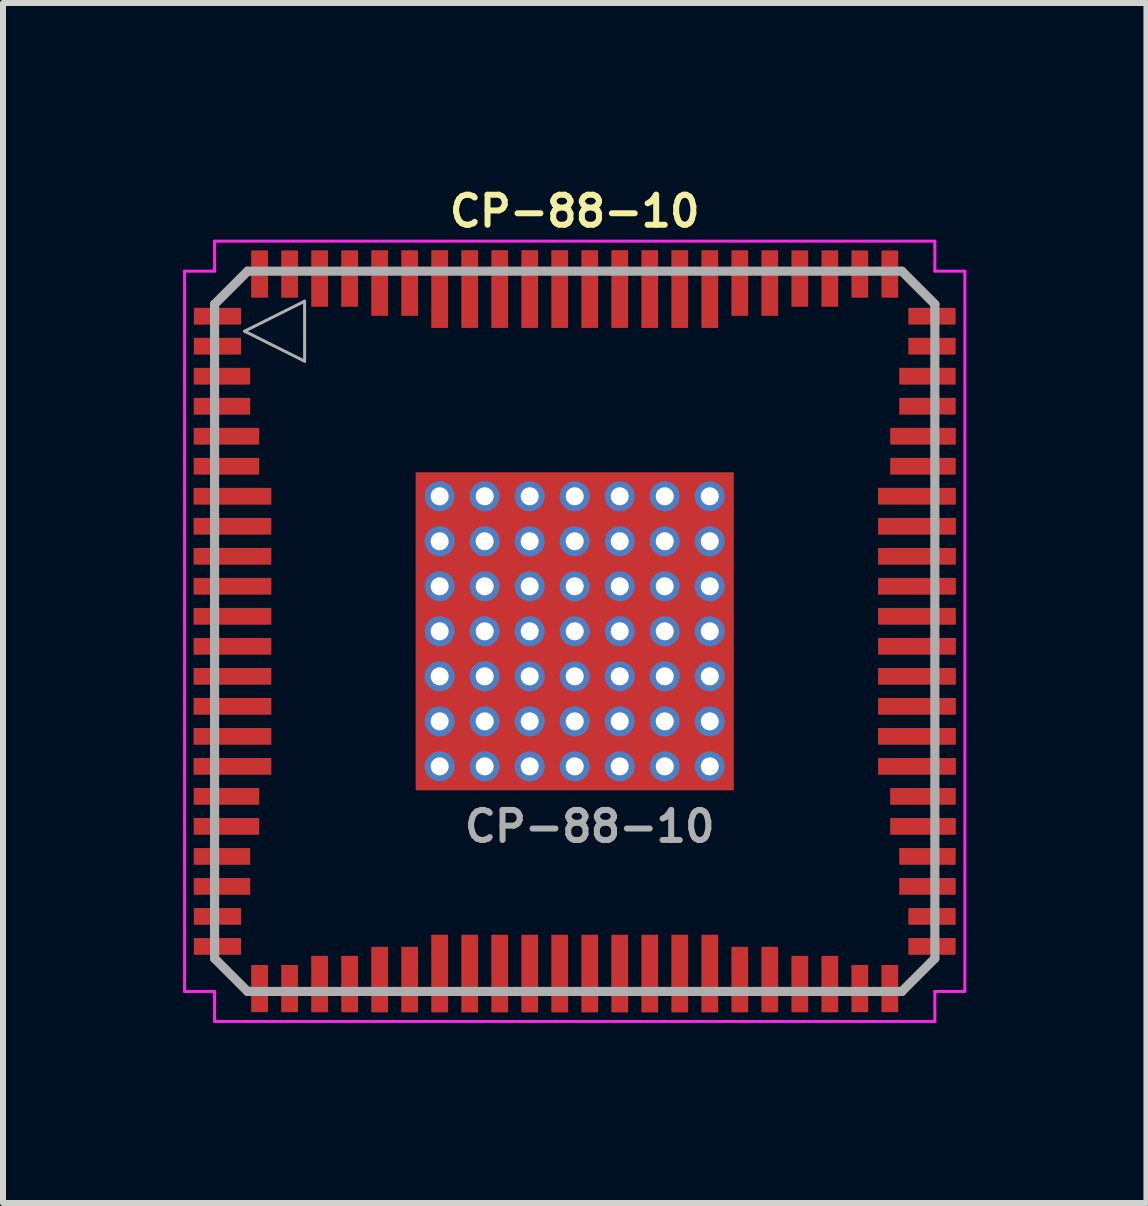
<source format=kicad_pcb>
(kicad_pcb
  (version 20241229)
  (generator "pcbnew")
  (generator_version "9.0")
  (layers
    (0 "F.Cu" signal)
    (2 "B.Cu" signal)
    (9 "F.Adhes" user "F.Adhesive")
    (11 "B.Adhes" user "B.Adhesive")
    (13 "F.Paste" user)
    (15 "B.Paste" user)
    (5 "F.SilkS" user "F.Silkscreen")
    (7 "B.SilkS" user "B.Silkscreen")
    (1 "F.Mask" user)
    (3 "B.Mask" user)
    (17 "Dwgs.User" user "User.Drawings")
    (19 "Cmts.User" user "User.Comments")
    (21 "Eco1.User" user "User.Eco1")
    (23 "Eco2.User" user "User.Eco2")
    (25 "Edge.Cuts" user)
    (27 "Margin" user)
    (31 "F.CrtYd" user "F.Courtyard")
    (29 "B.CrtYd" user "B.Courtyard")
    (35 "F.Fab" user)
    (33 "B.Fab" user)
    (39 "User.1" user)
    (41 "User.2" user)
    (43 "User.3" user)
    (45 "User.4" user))
  (footprint "CP-88-10"
    (layer "F.Cu")
    (at 6.525 7.468)
    (property "Reference" "CP-88-10" (at 0 -7 0) (layer "F.SilkS") (effects (font (size 0.5 0.5) (thickness 0.1))))
    (attr smd)
    (fp_line (start -6.5 -6) (end -6 -6) (stroke (width 0.05) (type solid)) (layer "F.CrtYd"))
    (fp_line (start -6.5 6) (end -6.5 -6) (stroke (width 0.05) (type solid)) (layer "F.CrtYd"))
    (fp_line (start -6 -6.5) (end 6 -6.5) (stroke (width 0.05) (type solid)) (layer "F.CrtYd"))
    (fp_line (start -6 -6) (end -6 -6.5) (stroke (width 0.05) (type solid)) (layer "F.CrtYd"))
    (fp_line (start -6 6) (end -6.5 6) (stroke (width 0.05) (type solid)) (layer "F.CrtYd"))
    (fp_line (start -6 6.5) (end -6 6) (stroke (width 0.05) (type solid)) (layer "F.CrtYd"))
    (fp_line (start 6 -6.5) (end 6 -6) (stroke (width 0.05) (type solid)) (layer "F.CrtYd"))
    (fp_line (start 6 -6) (end 6.5 -6) (stroke (width 0.05) (type solid)) (layer "F.CrtYd"))
    (fp_line (start 6 6) (end 6 6.5) (stroke (width 0.05) (type solid)) (layer "F.CrtYd"))
    (fp_line (start 6 6.5) (end -6 6.5) (stroke (width 0.05) (type solid)) (layer "F.CrtYd"))
    (fp_line (start 6.5 -6) (end 6.5 6) (stroke (width 0.05) (type solid)) (layer "F.CrtYd"))
    (fp_line (start 6.5 6) (end 6 6) (stroke (width 0.05) (type solid)) (layer "F.CrtYd"))
    (fp_line (start -6 -5.45) (end -6 5.45) (stroke (width 0.152) (type solid)) (layer "F.Fab"))
    (fp_line (start -6 -5.45) (end -5.45 -6) (stroke (width 0.152) (type solid)) (layer "F.Fab"))
    (fp_line (start -6 5.45) (end -5.45 6) (stroke (width 0.152) (type solid)) (layer "F.Fab"))
    (fp_line (start -5.5 -5) (end -4.5 -5.5) (stroke (width 0.05) (type solid)) (layer "F.Fab"))
    (fp_line (start -5.45 6) (end 5.45 6) (stroke (width 0.152) (type solid)) (layer "F.Fab"))
    (fp_line (start -4.5 -5.5) (end -4.5 -4.5) (stroke (width 0.05) (type solid)) (layer "F.Fab"))
    (fp_line (start -4.5 -4.5) (end -5.5 -5) (stroke (width 0.05) (type solid)) (layer "F.Fab"))
    (fp_line (start 5.45 -6) (end -5.45 -6) (stroke (width 0.152) (type solid)) (layer "F.Fab"))
    (fp_line (start 5.45 -6) (end 6 -5.45) (stroke (width 0.152) (type solid)) (layer "F.Fab"))
    (fp_line (start 5.45 6) (end 6 5.45) (stroke (width 0.152) (type solid)) (layer "F.Fab"))
    (fp_line (start 6 5.45) (end 6 -5.45) (stroke (width 0.152) (type solid)) (layer "F.Fab"))
    (fp_text user "${REFERENCE}" (at 0.25 3.25 0) (layer "F.Fab") (effects (font (size 0.5 0.5) (thickness 0.1))))
    (pad "1" smd rect (at -5.952 -5.25 90) (size 0.279 0.787) (layers "F.Cu" "F.Mask" "F.Paste"))
    (pad "2" smd rect (at -5.952 -4.75 90) (size 0.279 0.787) (layers "F.Cu" "F.Mask" "F.Paste"))
    (pad "3" smd rect (at -5.877 -4.25 90) (size 0.279 0.94) (layers "F.Cu" "F.Mask" "F.Paste"))
    (pad "4" smd rect (at -5.877 -3.75 90) (size 0.279 0.94) (layers "F.Cu" "F.Mask" "F.Paste"))
    (pad "5" smd rect (at -5.802 -3.25 90) (size 0.279 1.092) (layers "F.Cu" "F.Mask" "F.Paste"))
    (pad "6" smd rect (at -5.802 -2.75 90) (size 0.279 1.092) (layers "F.Cu" "F.Mask" "F.Paste"))
    (pad "7" smd rect (at -5.702 -2.25 90) (size 0.279 1.295) (layers "F.Cu" "F.Mask" "F.Paste"))
    (pad "8" smd rect (at -5.702 -1.75 90) (size 0.279 1.295) (layers "F.Cu" "F.Mask" "F.Paste"))
    (pad "9" smd rect (at -5.702 -1.25 90) (size 0.279 1.295) (layers "F.Cu" "F.Mask" "F.Paste"))
    (pad "10" smd rect (at -5.702 -0.75 90) (size 0.279 1.295) (layers "F.Cu" "F.Mask" "F.Paste"))
    (pad "11" smd rect (at -5.702 -0.25 90) (size 0.279 1.295) (layers "F.Cu" "F.Mask" "F.Paste"))
    (pad "12" smd rect (at -5.702 0.25 90) (size 0.279 1.295) (layers "F.Cu" "F.Mask" "F.Paste"))
    (pad "13" smd rect (at -5.702 0.75 90) (size 0.279 1.295) (layers "F.Cu" "F.Mask" "F.Paste"))
    (pad "14" smd rect (at -5.702 1.25 90) (size 0.279 1.295) (layers "F.Cu" "F.Mask" "F.Paste"))
    (pad "15" smd rect (at -5.702 1.75 90) (size 0.279 1.295) (layers "F.Cu" "F.Mask" "F.Paste"))
    (pad "16" smd rect (at -5.702 2.25 90) (size 0.279 1.295) (layers "F.Cu" "F.Mask" "F.Paste"))
    (pad "17" smd rect (at -5.802 2.75 90) (size 0.279 1.092) (layers "F.Cu" "F.Mask" "F.Paste"))
    (pad "18" smd rect (at -5.802 3.25 90) (size 0.279 1.092) (layers "F.Cu" "F.Mask" "F.Paste"))
    (pad "19" smd rect (at -5.877 3.75 90) (size 0.279 0.94) (layers "F.Cu" "F.Mask" "F.Paste"))
    (pad "20" smd rect (at -5.877 4.25 90) (size 0.279 0.94) (layers "F.Cu" "F.Mask" "F.Paste"))
    (pad "21" smd rect (at -5.952 4.75 90) (size 0.279 0.787) (layers "F.Cu" "F.Mask" "F.Paste"))
    (pad "22" smd rect (at -5.952 5.25 90) (size 0.279 0.787) (layers "F.Cu" "F.Mask" "F.Paste"))
    (pad "23" smd rect (at -5.25 5.952) (size 0.279 0.787) (layers "F.Cu" "F.Mask" "F.Paste"))
    (pad "24" smd rect (at -4.75 5.952) (size 0.279 0.787) (layers "F.Cu" "F.Mask" "F.Paste"))
    (pad "25" smd rect (at -4.25 5.877) (size 0.279 0.94) (layers "F.Cu" "F.Mask" "F.Paste"))
    (pad "26" smd rect (at -3.75 5.877) (size 0.279 0.94) (layers "F.Cu" "F.Mask" "F.Paste"))
    (pad "27" smd rect (at -3.25 5.802) (size 0.279 1.092) (layers "F.Cu" "F.Mask" "F.Paste"))
    (pad "28" smd rect (at -2.75 5.802) (size 0.279 1.092) (layers "F.Cu" "F.Mask" "F.Paste"))
    (pad "29" smd rect (at -2.25 5.702) (size 0.279 1.295) (layers "F.Cu" "F.Mask" "F.Paste"))
    (pad "30" smd rect (at -1.75 5.702) (size 0.279 1.295) (layers "F.Cu" "F.Mask" "F.Paste"))
    (pad "31" smd rect (at -1.25 5.702) (size 0.279 1.295) (layers "F.Cu" "F.Mask" "F.Paste"))
    (pad "32" smd rect (at -0.75 5.702) (size 0.279 1.295) (layers "F.Cu" "F.Mask" "F.Paste"))
    (pad "33" smd rect (at -0.25 5.702) (size 0.279 1.295) (layers "F.Cu" "F.Mask" "F.Paste"))
    (pad "34" smd rect (at 0.25 5.702) (size 0.279 1.295) (layers "F.Cu" "F.Mask" "F.Paste"))
    (pad "35" smd rect (at 0.75 5.702) (size 0.279 1.295) (layers "F.Cu" "F.Mask" "F.Paste"))
    (pad "36" smd rect (at 1.25 5.702) (size 0.279 1.295) (layers "F.Cu" "F.Mask" "F.Paste"))
    (pad "37" smd rect (at 1.75 5.702) (size 0.279 1.295) (layers "F.Cu" "F.Mask" "F.Paste"))
    (pad "38" smd rect (at 2.25 5.702) (size 0.279 1.295) (layers "F.Cu" "F.Mask" "F.Paste"))
    (pad "39" smd rect (at 2.75 5.802) (size 0.279 1.092) (layers "F.Cu" "F.Mask" "F.Paste"))
    (pad "40" smd rect (at 3.25 5.802) (size 0.279 1.092) (layers "F.Cu" "F.Mask" "F.Paste"))
    (pad "41" smd rect (at 3.75 5.877) (size 0.279 0.94) (layers "F.Cu" "F.Mask" "F.Paste"))
    (pad "42" smd rect (at 4.25 5.877) (size 0.279 0.94) (layers "F.Cu" "F.Mask" "F.Paste"))
    (pad "43" smd rect (at 4.75 5.952) (size 0.279 0.787) (layers "F.Cu" "F.Mask" "F.Paste"))
    (pad "44" smd rect (at 5.25 5.952) (size 0.279 0.787) (layers "F.Cu" "F.Mask" "F.Paste"))
    (pad "45" smd rect (at 5.952 5.25 90) (size 0.279 0.787) (layers "F.Cu" "F.Mask" "F.Paste"))
    (pad "46" smd rect (at 5.952 4.75 90) (size 0.279 0.787) (layers "F.Cu" "F.Mask" "F.Paste"))
    (pad "47" smd rect (at 5.877 4.25 90) (size 0.279 0.94) (layers "F.Cu" "F.Mask" "F.Paste"))
    (pad "48" smd rect (at 5.877 3.75 90) (size 0.279 0.94) (layers "F.Cu" "F.Mask" "F.Paste"))
    (pad "49" smd rect (at 5.802 3.25 90) (size 0.279 1.092) (layers "F.Cu" "F.Mask" "F.Paste"))
    (pad "50" smd rect (at 5.802 2.75 90) (size 0.279 1.092) (layers "F.Cu" "F.Mask" "F.Paste"))
    (pad "51" smd rect (at 5.702 2.25 90) (size 0.279 1.295) (layers "F.Cu" "F.Mask" "F.Paste"))
    (pad "52" smd rect (at 5.702 1.75 90) (size 0.279 1.295) (layers "F.Cu" "F.Mask" "F.Paste"))
    (pad "53" smd rect (at 5.702 1.25 90) (size 0.279 1.295) (layers "F.Cu" "F.Mask" "F.Paste"))
    (pad "54" smd rect (at 5.702 0.75 90) (size 0.279 1.295) (layers "F.Cu" "F.Mask" "F.Paste"))
    (pad "55" smd rect (at 5.702 0.25 90) (size 0.279 1.295) (layers "F.Cu" "F.Mask" "F.Paste"))
    (pad "56" smd rect (at 5.702 -0.25 90) (size 0.279 1.295) (layers "F.Cu" "F.Mask" "F.Paste"))
    (pad "57" smd rect (at 5.702 -0.75 90) (size 0.279 1.295) (layers "F.Cu" "F.Mask" "F.Paste"))
    (pad "58" smd rect (at 5.702 -1.25 90) (size 0.279 1.295) (layers "F.Cu" "F.Mask" "F.Paste"))
    (pad "59" smd rect (at 5.702 -1.75 90) (size 0.279 1.295) (layers "F.Cu" "F.Mask" "F.Paste"))
    (pad "60" smd rect (at 5.702 -2.25 90) (size 0.279 1.295) (layers "F.Cu" "F.Mask" "F.Paste"))
    (pad "61" smd rect (at 5.802 -2.75 90) (size 0.279 1.092) (layers "F.Cu" "F.Mask" "F.Paste"))
    (pad "62" smd rect (at 5.802 -3.25 90) (size 0.279 1.092) (layers "F.Cu" "F.Mask" "F.Paste"))
    (pad "63" smd rect (at 5.877 -3.75 90) (size 0.279 0.94) (layers "F.Cu" "F.Mask" "F.Paste"))
    (pad "64" smd rect (at 5.877 -4.25 90) (size 0.279 0.94) (layers "F.Cu" "F.Mask" "F.Paste"))
    (pad "65" smd rect (at 5.952 -4.75 90) (size 0.279 0.787) (layers "F.Cu" "F.Mask" "F.Paste"))
    (pad "66" smd rect (at 5.952 -5.25 90) (size 0.279 0.787) (layers "F.Cu" "F.Mask" "F.Paste"))
    (pad "67" smd rect (at 5.25 -5.952) (size 0.279 0.787) (layers "F.Cu" "F.Mask" "F.Paste"))
    (pad "68" smd rect (at 4.75 -5.952) (size 0.279 0.787) (layers "F.Cu" "F.Mask" "F.Paste"))
    (pad "69" smd rect (at 4.25 -5.877) (size 0.279 0.94) (layers "F.Cu" "F.Mask" "F.Paste"))
    (pad "70" smd rect (at 3.75 -5.877) (size 0.279 0.94) (layers "F.Cu" "F.Mask" "F.Paste"))
    (pad "71" smd rect (at 3.25 -5.802) (size 0.279 1.092) (layers "F.Cu" "F.Mask" "F.Paste"))
    (pad "72" smd rect (at 2.75 -5.802) (size 0.279 1.092) (layers "F.Cu" "F.Mask" "F.Paste"))
    (pad "73" smd rect (at 2.25 -5.702) (size 0.279 1.295) (layers "F.Cu" "F.Mask" "F.Paste"))
    (pad "74" smd rect (at 1.75 -5.702) (size 0.279 1.295) (layers "F.Cu" "F.Mask" "F.Paste"))
    (pad "75" smd rect (at 1.25 -5.702) (size 0.279 1.295) (layers "F.Cu" "F.Mask" "F.Paste"))
    (pad "76" smd rect (at 0.75 -5.702) (size 0.279 1.295) (layers "F.Cu" "F.Mask" "F.Paste"))
    (pad "77" smd rect (at 0.25 -5.702) (size 0.279 1.295) (layers "F.Cu" "F.Mask" "F.Paste"))
    (pad "78" smd rect (at -0.25 -5.702) (size 0.279 1.295) (layers "F.Cu" "F.Mask" "F.Paste"))
    (pad "79" smd rect (at -0.75 -5.702) (size 0.279 1.295) (layers "F.Cu" "F.Mask" "F.Paste"))
    (pad "80" smd rect (at -1.25 -5.702) (size 0.279 1.295) (layers "F.Cu" "F.Mask" "F.Paste"))
    (pad "81" smd rect (at -1.75 -5.702) (size 0.279 1.295) (layers "F.Cu" "F.Mask" "F.Paste"))
    (pad "82" smd rect (at -2.25 -5.702) (size 0.279 1.295) (layers "F.Cu" "F.Mask" "F.Paste"))
    (pad "83" smd rect (at -2.75 -5.802) (size 0.279 1.092) (layers "F.Cu" "F.Mask" "F.Paste"))
    (pad "84" smd rect (at -3.25 -5.802) (size 0.279 1.092) (layers "F.Cu" "F.Mask" "F.Paste"))
    (pad "85" smd rect (at -3.75 -5.877) (size 0.279 0.94) (layers "F.Cu" "F.Mask" "F.Paste"))
    (pad "86" smd rect (at -4.25 -5.877) (size 0.279 0.94) (layers "F.Cu" "F.Mask" "F.Paste"))
    (pad "87" smd rect (at -4.75 -5.952) (size 0.279 0.787) (layers "F.Cu" "F.Mask" "F.Paste"))
    (pad "88" smd rect (at -5.25 -5.952) (size 0.279 0.787) (layers "F.Cu" "F.Mask" "F.Paste"))
    (pad "89" thru_hole circle (at -2.25 -2.25) (size 0.5 0.5) (drill 0.3) (layers "*.Cu" "F.Mask"))
    (pad "89" thru_hole circle (at -2.25 -1.5) (size 0.5 0.5) (drill 0.3) (layers "*.Cu" "F.Mask"))
    (pad "89" thru_hole circle (at -2.25 -0.75) (size 0.5 0.5) (drill 0.3) (layers "*.Cu" "F.Mask"))
    (pad "89" thru_hole circle (at -2.25 0) (size 0.5 0.5) (drill 0.3) (layers "*.Cu" "F.Mask"))
    (pad "89" thru_hole circle (at -2.25 0.75) (size 0.5 0.5) (drill 0.3) (layers "*.Cu" "F.Mask"))
    (pad "89" thru_hole circle (at -2.25 1.5) (size 0.5 0.5) (drill 0.3) (layers "*.Cu" "F.Mask"))
    (pad "89" thru_hole circle (at -2.25 2.25) (size 0.5 0.5) (drill 0.3) (layers "*.Cu" "F.Mask"))
    (pad "89" thru_hole circle (at -1.5 -2.25) (size 0.5 0.5) (drill 0.3) (layers "*.Cu" "F.Mask"))
    (pad "89" thru_hole circle (at -1.5 -1.5) (size 0.5 0.5) (drill 0.3) (layers "*.Cu" "F.Mask"))
    (pad "89" thru_hole circle (at -1.5 -0.75) (size 0.5 0.5) (drill 0.3) (layers "*.Cu" "F.Mask"))
    (pad "89" thru_hole circle (at -1.5 0) (size 0.5 0.5) (drill 0.3) (layers "*.Cu" "F.Mask"))
    (pad "89" thru_hole circle (at -1.5 0.75) (size 0.5 0.5) (drill 0.3) (layers "*.Cu" "F.Mask"))
    (pad "89" thru_hole circle (at -1.5 1.5) (size 0.5 0.5) (drill 0.3) (layers "*.Cu" "F.Mask"))
    (pad "89" thru_hole circle (at -1.5 2.25) (size 0.5 0.5) (drill 0.3) (layers "*.Cu" "F.Mask"))
    (pad "89" thru_hole circle (at -0.75 -2.25) (size 0.5 0.5) (drill 0.3) (layers "*.Cu" "F.Mask"))
    (pad "89" thru_hole circle (at -0.75 -1.5) (size 0.5 0.5) (drill 0.3) (layers "*.Cu" "F.Mask"))
    (pad "89" thru_hole circle (at -0.75 -0.75) (size 0.5 0.5) (drill 0.3) (layers "*.Cu" "F.Mask"))
    (pad "89" thru_hole circle (at -0.75 0) (size 0.5 0.5) (drill 0.3) (layers "*.Cu" "F.Mask"))
    (pad "89" thru_hole circle (at -0.75 0.75) (size 0.5 0.5) (drill 0.3) (layers "*.Cu" "F.Mask"))
    (pad "89" thru_hole circle (at -0.75 1.5) (size 0.5 0.5) (drill 0.3) (layers "*.Cu" "F.Mask"))
    (pad "89" thru_hole circle (at -0.75 2.25) (size 0.5 0.5) (drill 0.3) (layers "*.Cu" "F.Mask"))
    (pad "89" thru_hole circle (at 0 -2.25) (size 0.5 0.5) (drill 0.3) (layers "*.Cu" "F.Mask"))
    (pad "89" thru_hole circle (at 0 -1.5) (size 0.5 0.5) (drill 0.3) (layers "*.Cu" "F.Mask"))
    (pad "89" thru_hole circle (at 0 -0.75) (size 0.5 0.5) (drill 0.3) (layers "*.Cu" "F.Mask"))
    (pad "89" thru_hole circle (at 0 0) (size 0.5 0.5) (drill 0.3) (layers "*.Cu" "F.Mask"))
    (pad "89" smd rect (at 0 0) (size 5.3 5.3) (layers "F.Cu" "F.Mask" "F.Paste"))
    (pad "89" thru_hole circle (at 0 0.75) (size 0.5 0.5) (drill 0.3) (layers "*.Cu" "F.Mask"))
    (pad "89" thru_hole circle (at 0 1.5) (size 0.5 0.5) (drill 0.3) (layers "*.Cu" "F.Mask"))
    (pad "89" thru_hole circle (at 0 2.25) (size 0.5 0.5) (drill 0.3) (layers "*.Cu" "F.Mask"))
    (pad "89" thru_hole circle (at 0.75 -2.25) (size 0.5 0.5) (drill 0.3) (layers "*.Cu" "F.Mask"))
    (pad "89" thru_hole circle (at 0.75 -1.5) (size 0.5 0.5) (drill 0.3) (layers "*.Cu" "F.Mask"))
    (pad "89" thru_hole circle (at 0.75 -0.75) (size 0.5 0.5) (drill 0.3) (layers "*.Cu" "F.Mask"))
    (pad "89" thru_hole circle (at 0.75 0) (size 0.5 0.5) (drill 0.3) (layers "*.Cu" "F.Mask"))
    (pad "89" thru_hole circle (at 0.75 0.75) (size 0.5 0.5) (drill 0.3) (layers "*.Cu" "F.Mask"))
    (pad "89" thru_hole circle (at 0.75 1.5) (size 0.5 0.5) (drill 0.3) (layers "*.Cu" "F.Mask"))
    (pad "89" thru_hole circle (at 0.75 2.25) (size 0.5 0.5) (drill 0.3) (layers "*.Cu" "F.Mask"))
    (pad "89" thru_hole circle (at 1.5 -2.25) (size 0.5 0.5) (drill 0.3) (layers "*.Cu" "F.Mask"))
    (pad "89" thru_hole circle (at 1.5 -1.5) (size 0.5 0.5) (drill 0.3) (layers "*.Cu" "F.Mask"))
    (pad "89" thru_hole circle (at 1.5 -0.75) (size 0.5 0.5) (drill 0.3) (layers "*.Cu" "F.Mask"))
    (pad "89" thru_hole circle (at 1.5 0) (size 0.5 0.5) (drill 0.3) (layers "*.Cu" "F.Mask"))
    (pad "89" thru_hole circle (at 1.5 0.75) (size 0.5 0.5) (drill 0.3) (layers "*.Cu" "F.Mask"))
    (pad "89" thru_hole circle (at 1.5 1.5) (size 0.5 0.5) (drill 0.3) (layers "*.Cu" "F.Mask"))
    (pad "89" thru_hole circle (at 1.5 2.25) (size 0.5 0.5) (drill 0.3) (layers "*.Cu" "F.Mask"))
    (pad "89" thru_hole circle (at 2.25 -2.25) (size 0.5 0.5) (drill 0.3) (layers "*.Cu" "F.Mask"))
    (pad "89" thru_hole circle (at 2.25 -1.5) (size 0.5 0.5) (drill 0.3) (layers "*.Cu" "F.Mask"))
    (pad "89" thru_hole circle (at 2.25 -0.75) (size 0.5 0.5) (drill 0.3) (layers "*.Cu" "F.Mask"))
    (pad "89" thru_hole circle (at 2.25 0) (size 0.5 0.5) (drill 0.3) (layers "*.Cu" "F.Mask"))
    (pad "89" thru_hole circle (at 2.25 0.75) (size 0.5 0.5) (drill 0.3) (layers "*.Cu" "F.Mask"))
    (pad "89" thru_hole circle (at 2.25 1.5) (size 0.5 0.5) (drill 0.3) (layers "*.Cu" "F.Mask"))
    (pad "89" thru_hole circle (at 2.25 2.25) (size 0.5 0.5) (drill 0.3) (layers "*.Cu" "F.Mask")))
  (gr_rect
    (start -3 -3)
    (end 16.05 16.993)
    (stroke (width 0.1) (type default))
    (fill no)
    (layer "Edge.Cuts")))
</source>
